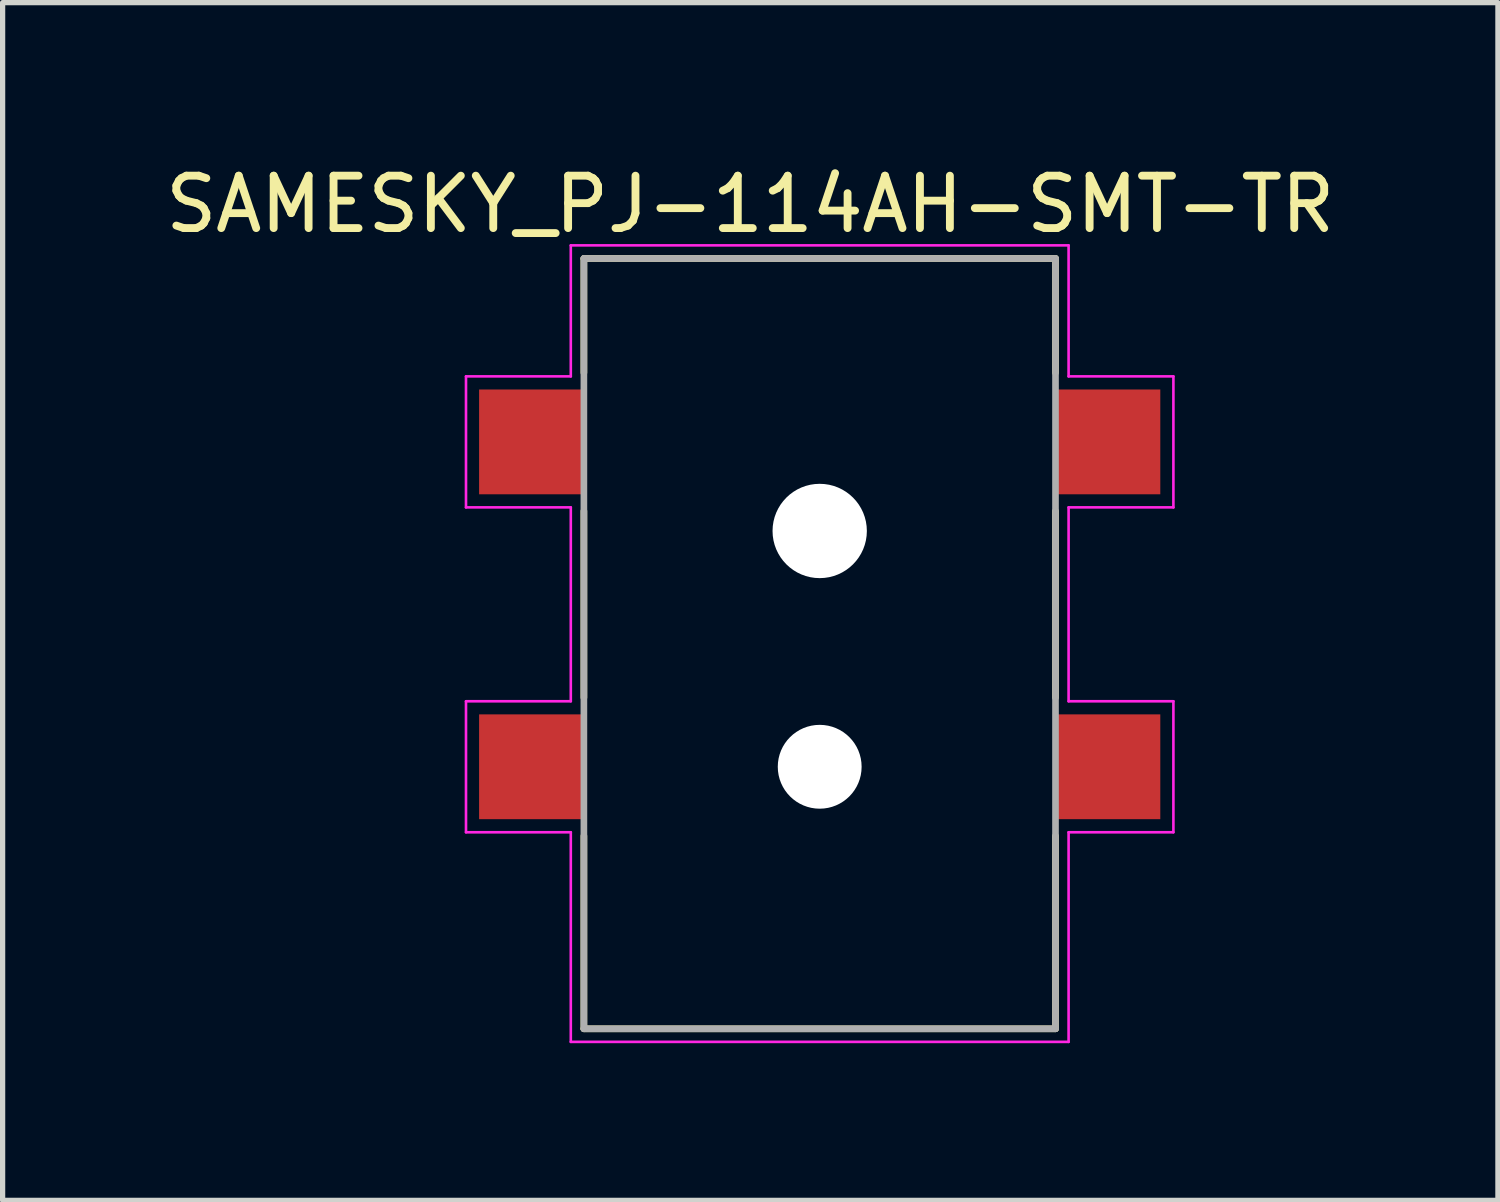
<source format=kicad_pcb>
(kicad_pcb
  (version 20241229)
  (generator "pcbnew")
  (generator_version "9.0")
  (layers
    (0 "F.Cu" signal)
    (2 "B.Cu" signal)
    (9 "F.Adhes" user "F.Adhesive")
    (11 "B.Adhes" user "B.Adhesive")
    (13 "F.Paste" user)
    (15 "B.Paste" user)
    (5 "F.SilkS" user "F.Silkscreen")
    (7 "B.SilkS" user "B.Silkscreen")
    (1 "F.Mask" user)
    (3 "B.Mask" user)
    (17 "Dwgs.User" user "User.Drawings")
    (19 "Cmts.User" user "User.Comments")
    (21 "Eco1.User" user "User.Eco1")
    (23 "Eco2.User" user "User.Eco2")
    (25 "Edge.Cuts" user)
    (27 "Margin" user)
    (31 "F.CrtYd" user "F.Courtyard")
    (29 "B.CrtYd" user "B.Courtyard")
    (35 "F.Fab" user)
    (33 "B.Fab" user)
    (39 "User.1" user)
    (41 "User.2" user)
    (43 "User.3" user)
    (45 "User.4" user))
  (footprint "SAMESKY_PJ-114AH-SMT-TR"
    (layer "F.Cu")
    (at 12.593 9.233)
    (property "Reference" "SAMESKY_PJ-114AH-SMT-TR" (at -1.325 -8.385 0) (layer "F.SilkS") (effects (font (size 1 1) (thickness 0.15))))
    (attr smd)
    (fp_line (start -4.5 -7.35) (end 4.5 -7.35) (stroke (width 0.127) (type solid)) (layer "F.SilkS"))
    (fp_line (start -4.5 -5.17) (end -4.5 -7.35) (stroke (width 0.127) (type solid)) (layer "F.SilkS"))
    (fp_line (start -4.5 -2.53) (end -4.5 1.03) (stroke (width 0.127) (type solid)) (layer "F.SilkS"))
    (fp_line (start -4.5 7.35) (end -4.5 3.67) (stroke (width 0.127) (type solid)) (layer "F.SilkS"))
    (fp_line (start 4.5 -7.35) (end 4.5 -5.17) (stroke (width 0.127) (type solid)) (layer "F.SilkS"))
    (fp_line (start 4.5 -2.53) (end 4.5 1.03) (stroke (width 0.127) (type solid)) (layer "F.SilkS"))
    (fp_line (start 4.5 7.35) (end -4.5 7.35) (stroke (width 0.127) (type solid)) (layer "F.SilkS"))
    (fp_line (start 4.5 7.35) (end 4.5 3.67) (stroke (width 0.127) (type solid)) (layer "F.SilkS"))
    (fp_line (start -6.75 -5.1) (end -6.75 -2.6) (stroke (width 0.05) (type solid)) (layer "F.CrtYd"))
    (fp_line (start -6.75 -2.6) (end -4.75 -2.6) (stroke (width 0.05) (type solid)) (layer "F.CrtYd"))
    (fp_line (start -6.75 1.1) (end -6.75 3.6) (stroke (width 0.05) (type solid)) (layer "F.CrtYd"))
    (fp_line (start -6.75 3.6) (end -4.75 3.6) (stroke (width 0.05) (type solid)) (layer "F.CrtYd"))
    (fp_line (start -4.75 -7.6) (end -4.75 -5.1) (stroke (width 0.05) (type solid)) (layer "F.CrtYd"))
    (fp_line (start -4.75 -5.1) (end -6.75 -5.1) (stroke (width 0.05) (type solid)) (layer "F.CrtYd"))
    (fp_line (start -4.75 -2.6) (end -4.75 1.1) (stroke (width 0.05) (type solid)) (layer "F.CrtYd"))
    (fp_line (start -4.75 1.1) (end -6.75 1.1) (stroke (width 0.05) (type solid)) (layer "F.CrtYd"))
    (fp_line (start -4.75 3.6) (end -4.75 7.6) (stroke (width 0.05) (type solid)) (layer "F.CrtYd"))
    (fp_line (start -4.75 7.6) (end 4.75 7.6) (stroke (width 0.05) (type solid)) (layer "F.CrtYd"))
    (fp_line (start 4.75 -7.6) (end -4.75 -7.6) (stroke (width 0.05) (type solid)) (layer "F.CrtYd"))
    (fp_line (start 4.75 -7.6) (end 4.75 -5.1) (stroke (width 0.05) (type solid)) (layer "F.CrtYd"))
    (fp_line (start 4.75 -5.1) (end 6.75 -5.1) (stroke (width 0.05) (type solid)) (layer "F.CrtYd"))
    (fp_line (start 4.75 -2.6) (end 4.75 1.1) (stroke (width 0.05) (type solid)) (layer "F.CrtYd"))
    (fp_line (start 4.75 1.1) (end 6.75 1.1) (stroke (width 0.05) (type solid)) (layer "F.CrtYd"))
    (fp_line (start 4.75 3.6) (end 4.75 7.6) (stroke (width 0.05) (type solid)) (layer "F.CrtYd"))
    (fp_line (start 6.75 -2.6) (end 4.75 -2.6) (stroke (width 0.05) (type solid)) (layer "F.CrtYd"))
    (fp_line (start 6.75 -2.6) (end 6.75 -5.1) (stroke (width 0.05) (type solid)) (layer "F.CrtYd"))
    (fp_line (start 6.75 3.6) (end 4.75 3.6) (stroke (width 0.05) (type solid)) (layer "F.CrtYd"))
    (fp_line (start 6.75 3.6) (end 6.75 1.1) (stroke (width 0.05) (type solid)) (layer "F.CrtYd"))
    (fp_line (start -4.5 -7.35) (end 4.5 -7.35) (stroke (width 0.127) (type solid)) (layer "F.Fab"))
    (fp_line (start -4.5 7.35) (end -4.5 -7.35) (stroke (width 0.127) (type solid)) (layer "F.Fab"))
    (fp_line (start 4.5 -7.35) (end 4.5 7.35) (stroke (width 0.127) (type solid)) (layer "F.Fab"))
    (fp_line (start 4.5 7.35) (end -4.5 7.35) (stroke (width 0.127) (type solid)) (layer "F.Fab"))
    (pad "" np_thru_hole circle (at 0 -2.15) (size 1.8 1.8) (drill 1.8) (layers "*.Cu" "*.Mask"))
    (pad "" np_thru_hole circle (at 0 2.35) (size 1.6 1.6) (drill 1.6) (layers "*.Cu" "*.Mask"))
    (pad "1_1" smd rect (at -5.5 2.35) (size 2 2) (layers "F.Cu" "F.Mask" "F.Paste"))
    (pad "1_2" smd rect (at -5.5 -3.85) (size 2 2) (layers "F.Cu" "F.Mask" "F.Paste"))
    (pad "2" smd rect (at 5.5 2.35) (size 2 2) (layers "F.Cu" "F.Mask" "F.Paste"))
    (pad "3" smd rect (at 5.5 -3.85) (size 2 2) (layers "F.Cu" "F.Mask" "F.Paste")))
  (gr_rect
    (start -3 -3)
    (end 25.536 19.858)
    (stroke (width 0.1) (type default))
    (fill no)
    (layer "Edge.Cuts")))
</source>
